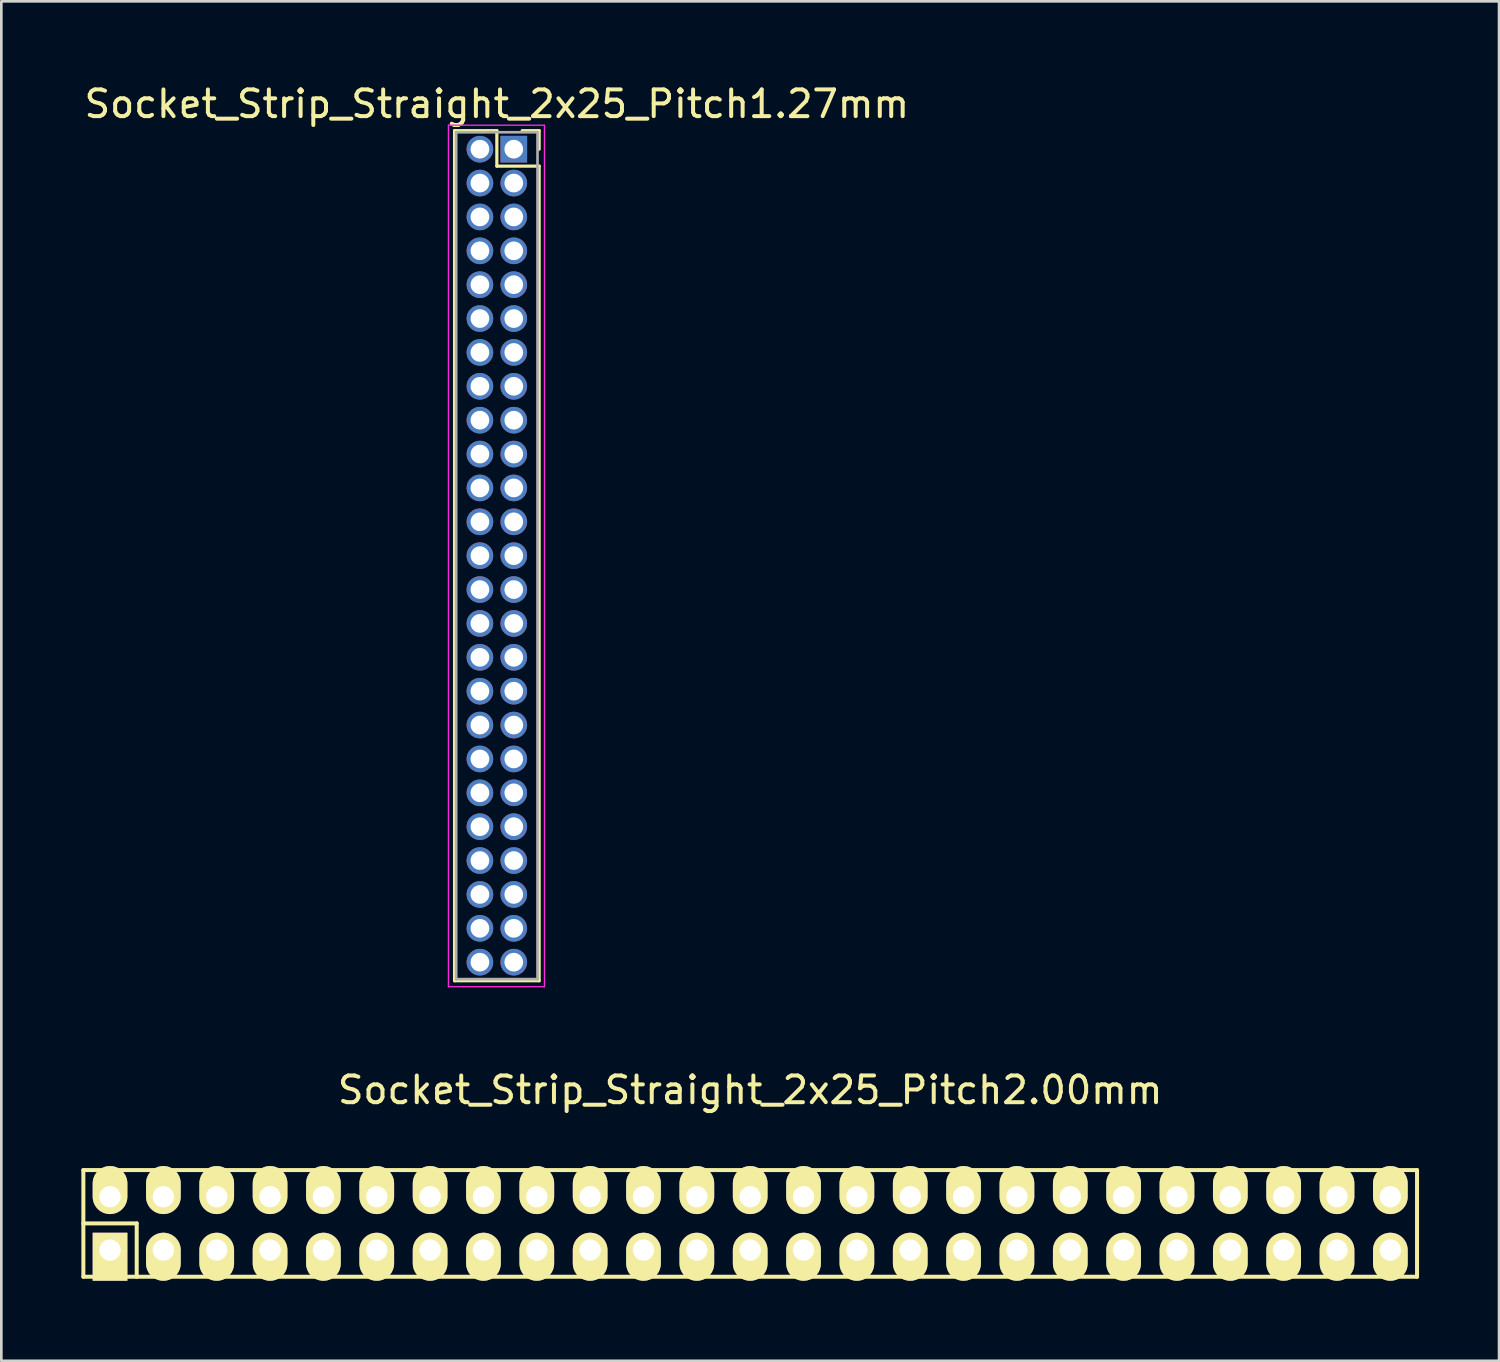
<source format=kicad_pcb>
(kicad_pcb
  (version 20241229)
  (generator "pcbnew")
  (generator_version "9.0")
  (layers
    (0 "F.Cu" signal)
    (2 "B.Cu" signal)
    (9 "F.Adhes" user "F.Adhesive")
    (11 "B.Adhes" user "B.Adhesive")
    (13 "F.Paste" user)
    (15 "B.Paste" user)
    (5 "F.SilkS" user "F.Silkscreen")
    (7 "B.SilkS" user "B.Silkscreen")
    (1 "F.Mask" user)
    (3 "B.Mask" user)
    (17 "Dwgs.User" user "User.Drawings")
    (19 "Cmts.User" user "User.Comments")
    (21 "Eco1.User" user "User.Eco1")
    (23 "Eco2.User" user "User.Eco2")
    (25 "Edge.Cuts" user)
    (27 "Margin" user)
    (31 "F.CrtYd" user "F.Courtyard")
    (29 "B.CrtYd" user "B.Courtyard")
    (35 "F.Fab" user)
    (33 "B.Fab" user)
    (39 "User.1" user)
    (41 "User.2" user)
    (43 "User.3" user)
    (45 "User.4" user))
  (footprint "Socket_Strip_Straight_2x25_Pitch1.27mm"
    (layer "F.Cu")
    (at 16.212 2.543)
    (property "Reference" "Socket_Strip_Straight_2x25_Pitch1.27mm" (at -0.635 -1.695 0) (layer "F.SilkS") (effects (font (size 1 1) (thickness 0.15))))
    (attr through_hole)
    (fp_line (start -2.22 -0.695) (end -0.635 -0.695) (stroke (width 0.12) (type solid)) (layer "F.SilkS"))
    (fp_line (start -2.22 31.175) (end -2.22 -0.695) (stroke (width 0.12) (type solid)) (layer "F.SilkS"))
    (fp_line (start -0.635 -0.695) (end -0.635 0.635) (stroke (width 0.12) (type solid)) (layer "F.SilkS"))
    (fp_line (start -0.635 0.635) (end 0.95 0.635) (stroke (width 0.12) (type solid)) (layer "F.SilkS"))
    (fp_line (start 0.95 -0.695) (end 0.315 -0.695) (stroke (width 0.12) (type solid)) (layer "F.SilkS"))
    (fp_line (start 0.95 0) (end 0.95 -0.695) (stroke (width 0.12) (type solid)) (layer "F.SilkS"))
    (fp_line (start 0.95 0.635) (end 0.95 31.175) (stroke (width 0.12) (type solid)) (layer "F.SilkS"))
    (fp_line (start 0.95 31.175) (end -2.22 31.175) (stroke (width 0.12) (type solid)) (layer "F.SilkS"))
    (fp_line (start -2.45 -0.9) (end -2.45 31.4) (stroke (width 0.05) (type solid)) (layer "F.CrtYd"))
    (fp_line (start -2.45 31.4) (end 1.15 31.4) (stroke (width 0.05) (type solid)) (layer "F.CrtYd"))
    (fp_line (start 1.15 -0.9) (end -2.45 -0.9) (stroke (width 0.05) (type solid)) (layer "F.CrtYd"))
    (fp_line (start 1.15 31.4) (end 1.15 -0.9) (stroke (width 0.05) (type solid)) (layer "F.CrtYd"))
    (fp_line (start -2.16 -0.635) (end -2.16 31.115) (stroke (width 0.1) (type solid)) (layer "F.Fab"))
    (fp_line (start -2.16 31.115) (end 0.89 31.115) (stroke (width 0.1) (type solid)) (layer "F.Fab"))
    (fp_line (start 0.89 -0.635) (end -2.16 -0.635) (stroke (width 0.1) (type solid)) (layer "F.Fab"))
    (fp_line (start 0.89 31.115) (end 0.89 -0.635) (stroke (width 0.1) (type solid)) (layer "F.Fab"))
    (pad "1" thru_hole rect (at 0 0) (size 1 1) (drill 0.7) (layers "*.Cu" "*.Mask"))
    (pad "2" thru_hole oval (at -1.27 0) (size 1 1) (drill 0.7) (layers "*.Cu" "*.Mask"))
    (pad "3" thru_hole oval (at 0 1.27) (size 1 1) (drill 0.7) (layers "*.Cu" "*.Mask"))
    (pad "4" thru_hole oval (at -1.27 1.27) (size 1 1) (drill 0.7) (layers "*.Cu" "*.Mask"))
    (pad "5" thru_hole oval (at 0 2.54) (size 1 1) (drill 0.7) (layers "*.Cu" "*.Mask"))
    (pad "6" thru_hole oval (at -1.27 2.54) (size 1 1) (drill 0.7) (layers "*.Cu" "*.Mask"))
    (pad "7" thru_hole oval (at 0 3.81) (size 1 1) (drill 0.7) (layers "*.Cu" "*.Mask"))
    (pad "8" thru_hole oval (at -1.27 3.81) (size 1 1) (drill 0.7) (layers "*.Cu" "*.Mask"))
    (pad "9" thru_hole oval (at 0 5.08) (size 1 1) (drill 0.7) (layers "*.Cu" "*.Mask"))
    (pad "10" thru_hole oval (at -1.27 5.08) (size 1 1) (drill 0.7) (layers "*.Cu" "*.Mask"))
    (pad "11" thru_hole oval (at 0 6.35) (size 1 1) (drill 0.7) (layers "*.Cu" "*.Mask"))
    (pad "12" thru_hole oval (at -1.27 6.35) (size 1 1) (drill 0.7) (layers "*.Cu" "*.Mask"))
    (pad "13" thru_hole oval (at 0 7.62) (size 1 1) (drill 0.7) (layers "*.Cu" "*.Mask"))
    (pad "14" thru_hole oval (at -1.27 7.62) (size 1 1) (drill 0.7) (layers "*.Cu" "*.Mask"))
    (pad "15" thru_hole oval (at 0 8.89) (size 1 1) (drill 0.7) (layers "*.Cu" "*.Mask"))
    (pad "16" thru_hole oval (at -1.27 8.89) (size 1 1) (drill 0.7) (layers "*.Cu" "*.Mask"))
    (pad "17" thru_hole oval (at 0 10.16) (size 1 1) (drill 0.7) (layers "*.Cu" "*.Mask"))
    (pad "18" thru_hole oval (at -1.27 10.16) (size 1 1) (drill 0.7) (layers "*.Cu" "*.Mask"))
    (pad "19" thru_hole oval (at 0 11.43) (size 1 1) (drill 0.7) (layers "*.Cu" "*.Mask"))
    (pad "20" thru_hole oval (at -1.27 11.43) (size 1 1) (drill 0.7) (layers "*.Cu" "*.Mask"))
    (pad "21" thru_hole oval (at 0 12.7) (size 1 1) (drill 0.7) (layers "*.Cu" "*.Mask"))
    (pad "22" thru_hole oval (at -1.27 12.7) (size 1 1) (drill 0.7) (layers "*.Cu" "*.Mask"))
    (pad "23" thru_hole oval (at 0 13.97) (size 1 1) (drill 0.7) (layers "*.Cu" "*.Mask"))
    (pad "24" thru_hole oval (at -1.27 13.97) (size 1 1) (drill 0.7) (layers "*.Cu" "*.Mask"))
    (pad "25" thru_hole oval (at 0 15.24) (size 1 1) (drill 0.7) (layers "*.Cu" "*.Mask"))
    (pad "26" thru_hole oval (at -1.27 15.24) (size 1 1) (drill 0.7) (layers "*.Cu" "*.Mask"))
    (pad "27" thru_hole oval (at 0 16.51) (size 1 1) (drill 0.7) (layers "*.Cu" "*.Mask"))
    (pad "28" thru_hole oval (at -1.27 16.51) (size 1 1) (drill 0.7) (layers "*.Cu" "*.Mask"))
    (pad "29" thru_hole oval (at 0 17.78) (size 1 1) (drill 0.7) (layers "*.Cu" "*.Mask"))
    (pad "30" thru_hole oval (at -1.27 17.78) (size 1 1) (drill 0.7) (layers "*.Cu" "*.Mask"))
    (pad "31" thru_hole oval (at 0 19.05) (size 1 1) (drill 0.7) (layers "*.Cu" "*.Mask"))
    (pad "32" thru_hole oval (at -1.27 19.05) (size 1 1) (drill 0.7) (layers "*.Cu" "*.Mask"))
    (pad "33" thru_hole oval (at 0 20.32) (size 1 1) (drill 0.7) (layers "*.Cu" "*.Mask"))
    (pad "34" thru_hole oval (at -1.27 20.32) (size 1 1) (drill 0.7) (layers "*.Cu" "*.Mask"))
    (pad "35" thru_hole oval (at 0 21.59) (size 1 1) (drill 0.7) (layers "*.Cu" "*.Mask"))
    (pad "36" thru_hole oval (at -1.27 21.59) (size 1 1) (drill 0.7) (layers "*.Cu" "*.Mask"))
    (pad "37" thru_hole oval (at 0 22.86) (size 1 1) (drill 0.7) (layers "*.Cu" "*.Mask"))
    (pad "38" thru_hole oval (at -1.27 22.86) (size 1 1) (drill 0.7) (layers "*.Cu" "*.Mask"))
    (pad "39" thru_hole oval (at 0 24.13) (size 1 1) (drill 0.7) (layers "*.Cu" "*.Mask"))
    (pad "40" thru_hole oval (at -1.27 24.13) (size 1 1) (drill 0.7) (layers "*.Cu" "*.Mask"))
    (pad "41" thru_hole oval (at 0 25.4) (size 1 1) (drill 0.7) (layers "*.Cu" "*.Mask"))
    (pad "42" thru_hole oval (at -1.27 25.4) (size 1 1) (drill 0.7) (layers "*.Cu" "*.Mask"))
    (pad "43" thru_hole oval (at 0 26.67) (size 1 1) (drill 0.7) (layers "*.Cu" "*.Mask"))
    (pad "44" thru_hole oval (at -1.27 26.67) (size 1 1) (drill 0.7) (layers "*.Cu" "*.Mask"))
    (pad "45" thru_hole oval (at 0 27.94) (size 1 1) (drill 0.7) (layers "*.Cu" "*.Mask"))
    (pad "46" thru_hole oval (at -1.27 27.94) (size 1 1) (drill 0.7) (layers "*.Cu" "*.Mask"))
    (pad "47" thru_hole oval (at 0 29.21) (size 1 1) (drill 0.7) (layers "*.Cu" "*.Mask"))
    (pad "48" thru_hole oval (at -1.27 29.21) (size 1 1) (drill 0.7) (layers "*.Cu" "*.Mask"))
    (pad "49" thru_hole oval (at 0 30.48) (size 1 1) (drill 0.7) (layers "*.Cu" "*.Mask"))
    (pad "50" thru_hole oval (at -1.27 30.48) (size 1 1) (drill 0.7) (layers "*.Cu" "*.Mask")))
  (footprint "Socket_Strip_Straight_2x25_Pitch2.00mm"
    (layer "F.Cu")
    (at 25.075 42.816)
    (property "Reference" "Socket_Strip_Straight_2x25_Pitch2.00mm" (at 0 -5 0) (layer "F.SilkS") (effects (font (size 1 1) (thickness 0.15))))
    (attr through_hole)
    (fp_line (start -25 -2) (end 25 -2) (stroke (width 0.15) (type solid)) (layer "F.SilkS"))
    (fp_line (start -25 0) (end -23 0) (stroke (width 0.15) (type solid)) (layer "F.SilkS"))
    (fp_line (start -25 2) (end -25 -2) (stroke (width 0.15) (type solid)) (layer "F.SilkS"))
    (fp_line (start -23 0) (end -23 2) (stroke (width 0.15) (type solid)) (layer "F.SilkS"))
    (fp_line (start 25 -2) (end 25 2) (stroke (width 0.15) (type solid)) (layer "F.SilkS"))
    (fp_line (start 25 2) (end -25 2) (stroke (width 0.15) (type solid)) (layer "F.SilkS"))
    (pad "1" thru_hole rect (at -24 1) (size 1.3 1.8) (drill 0.8 (offset 0 0.25)) (layers "*.Cu" "*.Mask" "F.SilkS"))
    (pad "2" thru_hole oval (at -24 -1) (size 1.3 1.8) (drill 0.8 (offset 0 -0.25)) (layers "*.Cu" "*.Mask" "F.SilkS"))
    (pad "3" thru_hole oval (at -22 1) (size 1.3 1.8) (drill 0.8 (offset 0 0.25)) (layers "*.Cu" "*.Mask" "F.SilkS"))
    (pad "4" thru_hole oval (at -22 -1) (size 1.3 1.8) (drill 0.8 (offset 0 -0.25)) (layers "*.Cu" "*.Mask" "F.SilkS"))
    (pad "5" thru_hole oval (at -20 1) (size 1.3 1.8) (drill 0.8 (offset 0 0.25)) (layers "*.Cu" "*.Mask" "F.SilkS"))
    (pad "6" thru_hole oval (at -20 -1) (size 1.3 1.8) (drill 0.8 (offset 0 -0.25)) (layers "*.Cu" "*.Mask" "F.SilkS"))
    (pad "7" thru_hole oval (at -18 1) (size 1.3 1.8) (drill 0.8 (offset 0 0.25)) (layers "*.Cu" "*.Mask" "F.SilkS"))
    (pad "8" thru_hole oval (at -18 -1) (size 1.3 1.8) (drill 0.8 (offset 0 -0.25)) (layers "*.Cu" "*.Mask" "F.SilkS"))
    (pad "9" thru_hole oval (at -16 1) (size 1.3 1.8) (drill 0.8 (offset 0 0.25)) (layers "*.Cu" "*.Mask" "F.SilkS"))
    (pad "10" thru_hole oval (at -16 -1) (size 1.3 1.8) (drill 0.8 (offset 0 -0.25)) (layers "*.Cu" "*.Mask" "F.SilkS"))
    (pad "11" thru_hole oval (at -14 1) (size 1.3 1.8) (drill 0.8 (offset 0 0.25)) (layers "*.Cu" "*.Mask" "F.SilkS"))
    (pad "12" thru_hole oval (at -14 -1) (size 1.3 1.8) (drill 0.8 (offset 0 -0.25)) (layers "*.Cu" "*.Mask" "F.SilkS"))
    (pad "13" thru_hole oval (at -12 1) (size 1.3 1.8) (drill 0.8 (offset 0 0.25)) (layers "*.Cu" "*.Mask" "F.SilkS"))
    (pad "14" thru_hole oval (at -12 -1) (size 1.3 1.8) (drill 0.8 (offset 0 -0.25)) (layers "*.Cu" "*.Mask" "F.SilkS"))
    (pad "15" thru_hole oval (at -10 1) (size 1.3 1.8) (drill 0.8 (offset 0 0.25)) (layers "*.Cu" "*.Mask" "F.SilkS"))
    (pad "16" thru_hole oval (at -10 -1) (size 1.3 1.8) (drill 0.8 (offset 0 -0.25)) (layers "*.Cu" "*.Mask" "F.SilkS"))
    (pad "17" thru_hole oval (at -8 1) (size 1.3 1.8) (drill 0.8 (offset 0 0.25)) (layers "*.Cu" "*.Mask" "F.SilkS"))
    (pad "18" thru_hole oval (at -8 -1) (size 1.3 1.8) (drill 0.8 (offset 0 -0.25)) (layers "*.Cu" "*.Mask" "F.SilkS"))
    (pad "19" thru_hole oval (at -6 1) (size 1.3 1.8) (drill 0.8 (offset 0 0.25)) (layers "*.Cu" "*.Mask" "F.SilkS"))
    (pad "20" thru_hole oval (at -6 -1) (size 1.3 1.8) (drill 0.8 (offset 0 -0.25)) (layers "*.Cu" "*.Mask" "F.SilkS"))
    (pad "21" thru_hole oval (at -4 1) (size 1.3 1.8) (drill 0.8 (offset 0 0.25)) (layers "*.Cu" "*.Mask" "F.SilkS"))
    (pad "22" thru_hole oval (at -4 -1) (size 1.3 1.8) (drill 0.8 (offset 0 -0.25)) (layers "*.Cu" "*.Mask" "F.SilkS"))
    (pad "23" thru_hole oval (at -2 1) (size 1.3 1.8) (drill 0.8 (offset 0 0.25)) (layers "*.Cu" "*.Mask" "F.SilkS"))
    (pad "24" thru_hole oval (at -2 -1) (size 1.3 1.8) (drill 0.8 (offset 0 -0.25)) (layers "*.Cu" "*.Mask" "F.SilkS"))
    (pad "25" thru_hole oval (at 0 1) (size 1.3 1.8) (drill 0.8 (offset 0 0.25)) (layers "*.Cu" "*.Mask" "F.SilkS"))
    (pad "26" thru_hole oval (at 0 -1) (size 1.3 1.8) (drill 0.8 (offset 0 -0.25)) (layers "*.Cu" "*.Mask" "F.SilkS"))
    (pad "27" thru_hole oval (at 2 1) (size 1.3 1.8) (drill 0.8 (offset 0 0.25)) (layers "*.Cu" "*.Mask" "F.SilkS"))
    (pad "28" thru_hole oval (at 2 -1) (size 1.3 1.8) (drill 0.8 (offset 0 -0.25)) (layers "*.Cu" "*.Mask" "F.SilkS"))
    (pad "29" thru_hole oval (at 4 1) (size 1.3 1.8) (drill 0.8 (offset 0 0.25)) (layers "*.Cu" "*.Mask" "F.SilkS"))
    (pad "30" thru_hole oval (at 4 -1) (size 1.3 1.8) (drill 0.8 (offset 0 -0.25)) (layers "*.Cu" "*.Mask" "F.SilkS"))
    (pad "31" thru_hole oval (at 6 1) (size 1.3 1.8) (drill 0.8 (offset 0 0.25)) (layers "*.Cu" "*.Mask" "F.SilkS"))
    (pad "32" thru_hole oval (at 6 -1) (size 1.3 1.8) (drill 0.8 (offset 0 -0.25)) (layers "*.Cu" "*.Mask" "F.SilkS"))
    (pad "33" thru_hole oval (at 8 1) (size 1.3 1.8) (drill 0.8 (offset 0 0.25)) (layers "*.Cu" "*.Mask" "F.SilkS"))
    (pad "34" thru_hole oval (at 8 -1) (size 1.3 1.8) (drill 0.8 (offset 0 -0.25)) (layers "*.Cu" "*.Mask" "F.SilkS"))
    (pad "35" thru_hole oval (at 10 1) (size 1.3 1.8) (drill 0.8 (offset 0 0.25)) (layers "*.Cu" "*.Mask" "F.SilkS"))
    (pad "36" thru_hole oval (at 10 -1) (size 1.3 1.8) (drill 0.8 (offset 0 -0.25)) (layers "*.Cu" "*.Mask" "F.SilkS"))
    (pad "37" thru_hole oval (at 12 1) (size 1.3 1.8) (drill 0.8 (offset 0 0.25)) (layers "*.Cu" "*.Mask" "F.SilkS"))
    (pad "38" thru_hole oval (at 12 -1) (size 1.3 1.8) (drill 0.8 (offset 0 -0.25)) (layers "*.Cu" "*.Mask" "F.SilkS"))
    (pad "39" thru_hole oval (at 14 1) (size 1.3 1.8) (drill 0.8 (offset 0 0.25)) (layers "*.Cu" "*.Mask" "F.SilkS"))
    (pad "40" thru_hole oval (at 14 -1) (size 1.3 1.8) (drill 0.8 (offset 0 -0.25)) (layers "*.Cu" "*.Mask" "F.SilkS"))
    (pad "41" thru_hole oval (at 16 1) (size 1.3 1.8) (drill 0.8 (offset 0 0.25)) (layers "*.Cu" "*.Mask" "F.SilkS"))
    (pad "42" thru_hole oval (at 16 -1) (size 1.3 1.8) (drill 0.8 (offset 0 -0.25)) (layers "*.Cu" "*.Mask" "F.SilkS"))
    (pad "43" thru_hole oval (at 18 1) (size 1.3 1.8) (drill 0.8 (offset 0 0.25)) (layers "*.Cu" "*.Mask" "F.SilkS"))
    (pad "44" thru_hole oval (at 18 -1) (size 1.3 1.8) (drill 0.8 (offset 0 -0.25)) (layers "*.Cu" "*.Mask" "F.SilkS"))
    (pad "45" thru_hole oval (at 20 1) (size 1.3 1.8) (drill 0.8 (offset 0 0.25)) (layers "*.Cu" "*.Mask" "F.SilkS"))
    (pad "46" thru_hole oval (at 20 -1) (size 1.3 1.8) (drill 0.8 (offset 0 -0.25)) (layers "*.Cu" "*.Mask" "F.SilkS"))
    (pad "47" thru_hole oval (at 22 1) (size 1.3 1.8) (drill 0.8 (offset 0 0.25)) (layers "*.Cu" "*.Mask" "F.SilkS"))
    (pad "48" thru_hole oval (at 22 -1) (size 1.3 1.8) (drill 0.8 (offset 0 -0.25)) (layers "*.Cu" "*.Mask" "F.SilkS"))
    (pad "49" thru_hole oval (at 24 1) (size 1.3 1.8) (drill 0.8 (offset 0 0.25)) (layers "*.Cu" "*.Mask" "F.SilkS"))
    (pad "50" thru_hole oval (at 24 -1) (size 1.3 1.8) (drill 0.8 (offset 0 -0.25)) (layers "*.Cu" "*.Mask" "F.SilkS")))
  (gr_rect
    (start -3 -3)
    (end 53.15 47.967)
    (stroke (width 0.1) (type default))
    (fill no)
    (layer "Edge.Cuts")))
</source>
